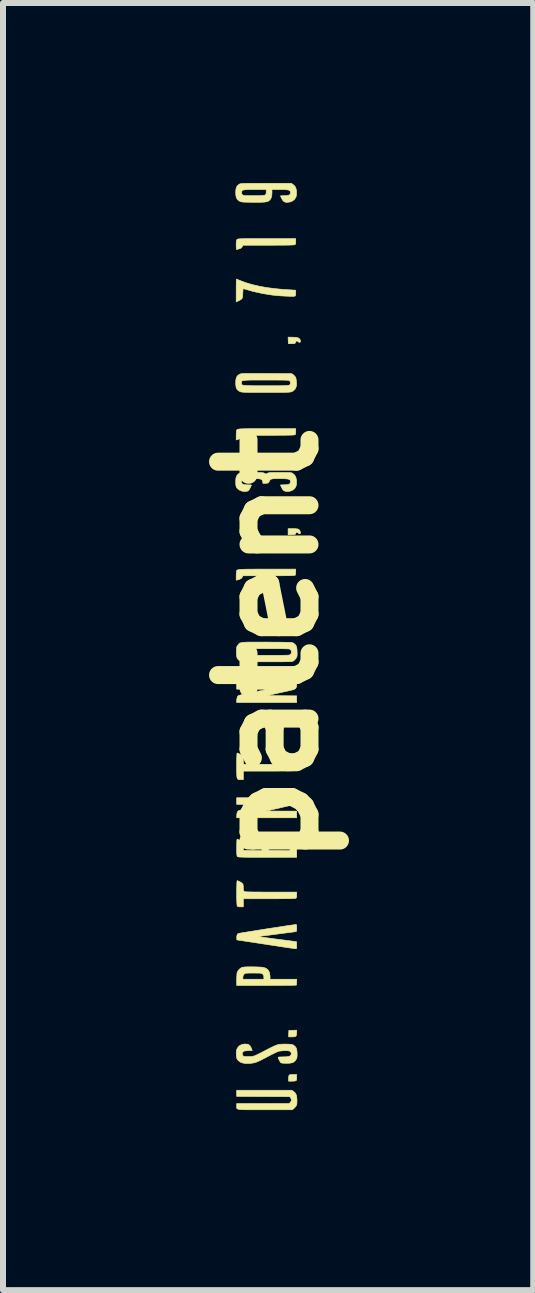
<source format=kicad_pcb>
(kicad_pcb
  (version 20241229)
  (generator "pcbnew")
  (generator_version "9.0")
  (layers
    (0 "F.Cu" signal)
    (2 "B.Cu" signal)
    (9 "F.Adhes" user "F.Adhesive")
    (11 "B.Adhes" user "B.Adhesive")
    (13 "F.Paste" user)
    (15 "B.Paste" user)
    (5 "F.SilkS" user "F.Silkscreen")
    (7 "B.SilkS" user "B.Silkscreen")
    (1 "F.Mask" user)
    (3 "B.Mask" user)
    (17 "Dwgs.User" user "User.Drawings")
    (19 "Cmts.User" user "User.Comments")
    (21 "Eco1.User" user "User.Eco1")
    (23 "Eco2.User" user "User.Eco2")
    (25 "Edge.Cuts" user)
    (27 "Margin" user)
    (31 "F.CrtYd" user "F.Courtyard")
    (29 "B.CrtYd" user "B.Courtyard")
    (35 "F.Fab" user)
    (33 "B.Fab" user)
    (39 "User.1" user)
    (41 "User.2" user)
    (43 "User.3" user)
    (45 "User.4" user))
  (footprint "patent"
    (layer "F.Cu")
    (at 1.418 7.728)
    (property "Reference" "patent" (at 0 0 90) (layer "F.SilkS") (effects (font (size 1.524 1.524) (thickness 0.3))))
    (attr through_hole)
    (fp_poly (pts (xy 0.345 6.394) (xy 0.411 6.391) (xy 0.476 6.389) (xy 0.476 6.432) (xy 0.473 6.467) (xy 0.464 6.488) (xy 0.464 6.488) (xy 0.45 6.496) (xy 0.425 6.5) (xy 0.396 6.501) (xy 0.341 6.501) (xy 0.345 6.394)) (stroke (width 0.01) (type solid)) (fill yes) (layer "F.SilkS"))
    (fp_poly (pts (xy 0.342 -0.284) (xy 0.346 -0.302) (xy 0.355 -0.312) (xy 0.374 -0.316) (xy 0.404 -0.317) (xy 0.421 -0.318) (xy 0.476 -0.318) (xy 0.476 -0.271) (xy 0.475 -0.245) (xy 0.471 -0.224) (xy 0.467 -0.216) (xy 0.453 -0.211) (xy 0.428 -0.207) (xy 0.399 -0.206) (xy 0.341 -0.206) (xy 0.341 -0.257) (xy 0.342 -0.284)) (stroke (width 0.01) (type solid)) (fill yes) (layer "F.SilkS"))
    (fp_poly (pts (xy 0.343 7.166) (xy 0.347 7.146) (xy 0.351 7.137) (xy 0.364 7.132) (xy 0.389 7.129) (xy 0.418 7.128) (xy 0.476 7.128) (xy 0.476 7.174) (xy 0.475 7.201) (xy 0.471 7.221) (xy 0.467 7.229) (xy 0.453 7.235) (xy 0.428 7.238) (xy 0.399 7.239) (xy 0.341 7.239) (xy 0.341 7.193) (xy 0.343 7.166)) (stroke (width 0.01) (type solid)) (fill yes) (layer "F.SilkS"))
    (fp_poly (pts (xy 0.405 -5.159) (xy 0.454 -5.157) (xy 0.491 -5.151) (xy 0.516 -5.139) (xy 0.531 -5.121) (xy 0.532 -5.12) (xy 0.539 -5.098) (xy 0.538 -5.081) (xy 0.528 -5.072) (xy 0.525 -5.072) (xy 0.507 -5.078) (xy 0.5 -5.084) (xy 0.485 -5.094) (xy 0.471 -5.095) (xy 0.461 -5.086) (xy 0.46 -5.081) (xy 0.456 -5.064) (xy 0.441 -5.054) (xy 0.414 -5.05) (xy 0.388 -5.05) (xy 0.337 -5.052) (xy 0.335 -5.106) (xy 0.333 -5.159) (xy 0.405 -5.159)) (stroke (width 0.01) (type solid)) (fill yes) (layer "F.SilkS"))
    (fp_poly (pts (xy 0.415 -1.968) (xy 0.458 -1.967) (xy 0.489 -1.964) (xy 0.507 -1.959) (xy 0.509 -1.958) (xy 0.525 -1.941) (xy 0.535 -1.92) (xy 0.539 -1.901) (xy 0.536 -1.887) (xy 0.525 -1.881) (xy 0.51 -1.887) (xy 0.505 -1.893) (xy 0.495 -1.902) (xy 0.481 -1.905) (xy 0.465 -1.9) (xy 0.459 -1.887) (xy 0.456 -1.878) (xy 0.45 -1.873) (xy 0.436 -1.869) (xy 0.41 -1.868) (xy 0.395 -1.867) (xy 0.333 -1.865) (xy 0.333 -1.968) (xy 0.415 -1.968)) (stroke (width 0.01) (type solid)) (fill yes) (layer "F.SilkS"))
    (fp_poly (pts (xy -0.52 2.78) (xy -0.51 2.75) (xy -0.497 2.734) (xy -0.485 2.73) (xy -0.46 2.723) (xy -0.423 2.714) (xy -0.377 2.704) (xy -0.324 2.692) (xy -0.266 2.68) (xy -0.25 2.676) (xy -0.02 2.629) (xy -0.272 2.628) (xy -0.524 2.627) (xy -0.524 2.516) (xy 0.478 2.516) (xy 0.475 2.56) (xy 0.47 2.587) (xy 0.464 2.608) (xy 0.459 2.616) (xy 0.448 2.621) (xy 0.424 2.629) (xy 0.388 2.639) (xy 0.341 2.651) (xy 0.286 2.664) (xy 0.224 2.678) (xy 0.206 2.683) (xy -0.036 2.737) (xy 0.22 2.738) (xy 0.476 2.738) (xy 0.476 2.85) (xy -0.524 2.85) (xy -0.524 2.823) (xy -0.52 2.78)) (stroke (width 0.01) (type solid)) (fill yes) (layer "F.SilkS"))
    (fp_poly (pts (xy -0.521 0.868) (xy -0.514 0.84) (xy -0.513 0.838) (xy -0.51 0.831) (xy -0.507 0.825) (xy -0.503 0.819) (xy -0.496 0.815) (xy -0.484 0.81) (xy -0.467 0.805) (xy -0.443 0.798) (xy -0.409 0.791) (xy -0.366 0.782) (xy -0.31 0.77) (xy -0.242 0.756) (xy -0.194 0.747) (xy -0.004 0.708) (xy -0.264 0.707) (xy -0.524 0.706) (xy -0.524 0.595) (xy 0.476 0.595) (xy 0.476 0.633) (xy 0.472 0.67) (xy 0.457 0.696) (xy 0.431 0.712) (xy 0.427 0.713) (xy 0.412 0.717) (xy 0.384 0.724) (xy 0.346 0.733) (xy 0.299 0.743) (xy 0.246 0.755) (xy 0.191 0.767) (xy -0.019 0.814) (xy 0.229 0.816) (xy 0.476 0.818) (xy 0.476 0.929) (xy -0.524 0.929) (xy -0.524 0.897) (xy -0.521 0.868)) (stroke (width 0.01) (type solid)) (fill yes) (layer "F.SilkS"))
    (fp_poly (pts (xy -0.532 -1.184) (xy -0.531 -1.217) (xy -0.529 -1.245) (xy -0.527 -1.263) (xy -0.526 -1.267) (xy -0.521 -1.272) (xy -0.516 -1.277) (xy -0.508 -1.281) (xy -0.495 -1.284) (xy -0.478 -1.287) (xy -0.455 -1.289) (xy -0.424 -1.291) (xy -0.385 -1.292) (xy -0.336 -1.293) (xy -0.275 -1.293) (xy -0.203 -1.294) (xy -0.117 -1.294) (xy -0.016 -1.294) (xy 0.46 -1.294) (xy 0.46 -1.248) (xy 0.459 -1.221) (xy 0.455 -1.2) (xy 0.451 -1.192) (xy 0.445 -1.19) (xy 0.43 -1.188) (xy 0.406 -1.187) (xy 0.372 -1.185) (xy 0.326 -1.184) (xy 0.269 -1.184) (xy 0.198 -1.183) (xy 0.113 -1.183) (xy 0.014 -1.183) (xy -0.42 -1.183) (xy -0.43 -1.161) (xy -0.447 -1.139) (xy -0.476 -1.124) (xy -0.506 -1.115) (xy -0.532 -1.11) (xy -0.532 -1.184)) (stroke (width 0.01) (type solid)) (fill yes) (layer "F.SilkS"))
    (fp_poly (pts (xy -0.532 -3.523) (xy -0.531 -3.557) (xy -0.529 -3.585) (xy -0.527 -3.604) (xy -0.526 -3.608) (xy -0.521 -3.614) (xy -0.516 -3.619) (xy -0.508 -3.623) (xy -0.495 -3.626) (xy -0.478 -3.629) (xy -0.455 -3.631) (xy -0.424 -3.632) (xy -0.385 -3.633) (xy -0.336 -3.634) (xy -0.275 -3.635) (xy -0.203 -3.635) (xy -0.117 -3.635) (xy -0.016 -3.635) (xy -0.012 -3.635) (xy 0.46 -3.635) (xy 0.46 -3.589) (xy 0.459 -3.563) (xy 0.455 -3.542) (xy 0.451 -3.534) (xy 0.445 -3.532) (xy 0.43 -3.53) (xy 0.406 -3.528) (xy 0.372 -3.527) (xy 0.326 -3.526) (xy 0.269 -3.525) (xy 0.198 -3.525) (xy 0.114 -3.524) (xy 0.014 -3.524) (xy -0.422 -3.524) (xy -0.43 -3.501) (xy -0.437 -3.486) (xy -0.451 -3.476) (xy -0.475 -3.465) (xy -0.485 -3.462) (xy -0.532 -3.446) (xy -0.532 -3.523)) (stroke (width 0.01) (type solid)) (fill yes) (layer "F.SilkS"))
    (fp_poly (pts (xy -0.525 7.669) (xy -0.524 7.657) (xy -0.524 7.648) (xy -0.524 7.612) (xy 0.35 7.612) (xy 0.369 7.593) (xy 0.386 7.567) (xy 0.387 7.54) (xy 0.374 7.516) (xy 0.359 7.497) (xy -0.524 7.493) (xy -0.524 7.39) (xy 0.395 7.39) (xy 0.421 7.408) (xy 0.448 7.43) (xy 0.465 7.457) (xy 0.476 7.493) (xy 0.481 7.54) (xy 0.481 7.543) (xy 0.481 7.577) (xy 0.48 7.608) (xy 0.477 7.63) (xy 0.476 7.633) (xy 0.466 7.653) (xy 0.448 7.675) (xy 0.437 7.687) (xy 0.405 7.715) (xy -0.051 7.715) (xy -0.15 7.715) (xy -0.234 7.715) (xy -0.305 7.715) (xy -0.363 7.715) (xy -0.41 7.714) (xy -0.447 7.712) (xy -0.475 7.71) (xy -0.495 7.707) (xy -0.51 7.702) (xy -0.518 7.696) (xy -0.523 7.689) (xy -0.525 7.68) (xy -0.525 7.669)) (stroke (width 0.01) (type solid)) (fill yes) (layer "F.SilkS"))
    (fp_poly (pts (xy -0.532 -6.735) (xy -0.53 -6.759) (xy -0.527 -6.774) (xy -0.522 -6.783) (xy -0.514 -6.79) (xy -0.509 -6.793) (xy -0.501 -6.795) (xy -0.488 -6.797) (xy -0.47 -6.798) (xy -0.445 -6.8) (xy -0.412 -6.8) (xy -0.37 -6.801) (xy -0.317 -6.802) (xy -0.253 -6.802) (xy -0.177 -6.802) (xy -0.086 -6.802) (xy -0.018 -6.802) (xy 0.46 -6.802) (xy 0.46 -6.755) (xy 0.459 -6.727) (xy 0.456 -6.711) (xy 0.448 -6.701) (xy 0.445 -6.7) (xy 0.433 -6.697) (xy 0.405 -6.696) (xy 0.362 -6.694) (xy 0.304 -6.693) (xy 0.232 -6.692) (xy 0.144 -6.692) (xy 0.042 -6.691) (xy 0.004 -6.691) (xy -0.421 -6.691) (xy -0.428 -6.673) (xy -0.438 -6.655) (xy -0.446 -6.647) (xy -0.459 -6.64) (xy -0.481 -6.632) (xy -0.504 -6.625) (xy -0.523 -6.62) (xy -0.527 -6.62) (xy -0.529 -6.627) (xy -0.531 -6.647) (xy -0.532 -6.676) (xy -0.532 -6.699) (xy -0.532 -6.735)) (stroke (width 0.01) (type solid)) (fill yes) (layer "F.SilkS"))
    (fp_poly (pts (xy -0.524 1.905) (xy -0.523 1.848) (xy -0.521 1.806) (xy -0.519 1.78) (xy -0.516 1.77) (xy -0.516 1.77) (xy -0.502 1.774) (xy -0.481 1.784) (xy -0.457 1.796) (xy -0.437 1.809) (xy -0.424 1.818) (xy -0.423 1.82) (xy -0.42 1.832) (xy -0.416 1.855) (xy -0.413 1.886) (xy -0.413 1.893) (xy -0.409 1.957) (xy 0.476 1.961) (xy 0.476 2.007) (xy 0.475 2.033) (xy 0.471 2.054) (xy 0.467 2.062) (xy 0.46 2.064) (xy 0.446 2.066) (xy 0.422 2.068) (xy 0.388 2.069) (xy 0.342 2.07) (xy 0.285 2.071) (xy 0.215 2.071) (xy 0.13 2.072) (xy 0.031 2.072) (xy 0.022 2.072) (xy -0.413 2.072) (xy -0.413 2.215) (xy -0.455 2.215) (xy -0.475 2.214) (xy -0.49 2.213) (xy -0.502 2.208) (xy -0.511 2.199) (xy -0.517 2.184) (xy -0.521 2.16) (xy -0.523 2.127) (xy -0.524 2.082) (xy -0.524 2.024) (xy -0.524 1.978) (xy -0.524 1.905)) (stroke (width 0.01) (type solid)) (fill yes) (layer "F.SilkS"))
    (fp_poly (pts (xy -0.532 -5.991) (xy -0.531 -6.038) (xy -0.531 -6.077) (xy -0.53 -6.107) (xy -0.529 -6.124) (xy -0.529 -6.128) (xy -0.521 -6.125) (xy -0.502 -6.117) (xy -0.483 -6.109) (xy -0.387 -6.072) (xy -0.278 -6.039) (xy -0.156 -6.01) (xy -0.025 -5.986) (xy 0.115 -5.968) (xy 0.262 -5.954) (xy 0.3 -5.952) (xy 0.46 -5.942) (xy 0.46 -5.896) (xy 0.459 -5.868) (xy 0.455 -5.852) (xy 0.447 -5.843) (xy 0.446 -5.843) (xy 0.433 -5.841) (xy 0.407 -5.84) (xy 0.37 -5.84) (xy 0.324 -5.842) (xy 0.274 -5.844) (xy 0.22 -5.847) (xy 0.166 -5.851) (xy 0.115 -5.856) (xy 0.068 -5.861) (xy 0.06 -5.862) (xy -0.094 -5.887) (xy -0.248 -5.921) (xy -0.406 -5.966) (xy -0.412 -5.966) (xy -0.416 -5.96) (xy -0.419 -5.945) (xy -0.421 -5.919) (xy -0.422 -5.89) (xy -0.424 -5.85) (xy -0.428 -5.822) (xy -0.435 -5.803) (xy -0.449 -5.789) (xy -0.47 -5.777) (xy -0.491 -5.766) (xy -0.532 -5.747) (xy -0.532 -5.938) (xy -0.532 -5.991)) (stroke (width 0.01) (type solid)) (fill yes) (layer "F.SilkS"))
    (fp_poly (pts (xy -0.524 4.058) (xy -0.523 4.011) (xy -0.522 3.969) (xy -0.521 3.934) (xy -0.519 3.91) (xy -0.516 3.898) (xy -0.516 3.897) (xy -0.5 3.902) (xy -0.477 3.912) (xy -0.453 3.926) (xy -0.433 3.941) (xy -0.421 3.952) (xy -0.421 3.952) (xy -0.417 3.968) (xy -0.414 3.994) (xy -0.413 4.018) (xy -0.411 4.047) (xy -0.407 4.069) (xy -0.403 4.078) (xy -0.397 4.08) (xy -0.382 4.082) (xy -0.358 4.084) (xy -0.324 4.085) (xy -0.279 4.086) (xy -0.221 4.087) (xy -0.151 4.087) (xy -0.067 4.088) (xy 0.033 4.088) (xy 0.041 4.088) (xy 0.476 4.088) (xy 0.476 4.135) (xy 0.475 4.163) (xy 0.472 4.18) (xy 0.464 4.189) (xy 0.461 4.191) (xy 0.449 4.193) (xy 0.421 4.195) (xy 0.378 4.196) (xy 0.32 4.197) (xy 0.247 4.198) (xy 0.16 4.199) (xy 0.058 4.199) (xy 0.016 4.199) (xy -0.413 4.199) (xy -0.413 4.334) (xy -0.46 4.334) (xy -0.488 4.333) (xy -0.505 4.329) (xy -0.514 4.322) (xy -0.516 4.319) (xy -0.518 4.306) (xy -0.52 4.282) (xy -0.522 4.247) (xy -0.523 4.205) (xy -0.524 4.157) (xy -0.524 4.108) (xy -0.524 4.058)) (stroke (width 0.01) (type solid)) (fill yes) (layer "F.SilkS"))
    (fp_poly (pts (xy -0.523 3.289) (xy -0.522 3.247) (xy -0.52 3.22) (xy -0.517 3.207) (xy -0.516 3.207) (xy -0.502 3.211) (xy -0.481 3.22) (xy -0.457 3.233) (xy -0.436 3.246) (xy -0.423 3.255) (xy -0.423 3.256) (xy -0.418 3.269) (xy -0.414 3.293) (xy -0.411 3.323) (xy -0.411 3.33) (xy -0.409 3.393) (xy -0.256 3.395) (xy -0.103 3.398) (xy -0.103 3.321) (xy -0.103 3.284) (xy -0.101 3.261) (xy -0.095 3.251) (xy -0.082 3.251) (xy -0.061 3.26) (xy -0.038 3.271) (xy -0.017 3.283) (xy -0.004 3.296) (xy 0.003 3.314) (xy 0.007 3.343) (xy 0.008 3.35) (xy 0.012 3.393) (xy 0.188 3.395) (xy 0.365 3.398) (xy 0.367 3.29) (xy 0.369 3.183) (xy 0.418 3.206) (xy 0.443 3.219) (xy 0.462 3.233) (xy 0.471 3.242) (xy 0.473 3.254) (xy 0.474 3.28) (xy 0.475 3.314) (xy 0.476 3.356) (xy 0.476 3.382) (xy 0.476 3.508) (xy -0.011 3.508) (xy -0.112 3.508) (xy -0.199 3.508) (xy -0.272 3.508) (xy -0.332 3.508) (xy -0.381 3.507) (xy -0.421 3.506) (xy -0.451 3.505) (xy -0.474 3.504) (xy -0.49 3.502) (xy -0.501 3.501) (xy -0.508 3.498) (xy -0.511 3.496) (xy -0.516 3.489) (xy -0.519 3.477) (xy -0.522 3.458) (xy -0.523 3.429) (xy -0.524 3.389) (xy -0.524 3.345) (xy -0.523 3.289)) (stroke (width 0.01) (type solid)) (fill yes) (layer "F.SilkS"))
    (fp_poly (pts (xy -0.524 5.55) (xy -0.523 5.51) (xy -0.521 5.474) (xy -0.519 5.444) (xy -0.516 5.429) (xy -0.502 5.4) (xy -0.478 5.372) (xy -0.449 5.35) (xy -0.434 5.342) (xy -0.416 5.339) (xy -0.385 5.336) (xy -0.344 5.334) (xy -0.297 5.334) (xy -0.247 5.334) (xy -0.197 5.335) (xy -0.151 5.337) (xy -0.111 5.339) (xy -0.08 5.343) (xy -0.067 5.346) (xy -0.025 5.364) (xy 0.004 5.392) (xy 0.023 5.43) (xy 0.031 5.48) (xy 0.032 5.499) (xy 0.032 5.54) (xy 0.476 5.54) (xy 0.476 5.587) (xy 0.475 5.613) (xy 0.473 5.632) (xy 0.471 5.638) (xy 0.462 5.639) (xy 0.439 5.64) (xy 0.403 5.641) (xy 0.355 5.642) (xy 0.296 5.642) (xy 0.229 5.643) (xy 0.153 5.643) (xy 0.072 5.643) (xy -0.015 5.644) (xy -0.029 5.644) (xy -0.421 5.644) (xy -0.421 5.54) (xy -0.071 5.54) (xy -0.071 5.505) (xy -0.074 5.48) (xy -0.082 5.464) (xy -0.092 5.454) (xy -0.101 5.448) (xy -0.112 5.443) (xy -0.126 5.44) (xy -0.148 5.438) (xy -0.178 5.438) (xy -0.221 5.437) (xy -0.247 5.437) (xy -0.297 5.437) (xy -0.332 5.438) (xy -0.357 5.439) (xy -0.374 5.441) (xy -0.385 5.444) (xy -0.394 5.45) (xy -0.401 5.457) (xy -0.416 5.479) (xy -0.421 5.507) (xy -0.421 5.508) (xy -0.421 5.54) (xy -0.421 5.644) (xy -0.524 5.644) (xy -0.524 5.55)) (stroke (width 0.01) (type solid)) (fill yes) (layer "F.SilkS"))
    (fp_poly (pts (xy -0.516 4.8) (xy -0.503 4.781) (xy -0.498 4.778) (xy -0.488 4.776) (xy -0.464 4.772) (xy -0.428 4.765) (xy -0.381 4.758) (xy -0.325 4.749) (xy -0.261 4.739) (xy -0.192 4.728) (xy -0.12 4.716) (xy -0.044 4.704) (xy 0.032 4.692) (xy 0.107 4.681) (xy 0.179 4.67) (xy 0.247 4.659) (xy 0.309 4.65) (xy 0.363 4.642) (xy 0.407 4.636) (xy 0.441 4.631) (xy 0.462 4.628) (xy 0.468 4.628) (xy 0.473 4.635) (xy 0.476 4.653) (xy 0.477 4.677) (xy 0.476 4.704) (xy 0.474 4.727) (xy 0.47 4.743) (xy 0.466 4.747) (xy 0.457 4.748) (xy 0.433 4.751) (xy 0.397 4.756) (xy 0.35 4.762) (xy 0.295 4.769) (xy 0.232 4.777) (xy 0.164 4.786) (xy 0.14 4.789) (xy -0.177 4.83) (xy 0.144 4.872) (xy 0.213 4.881) (xy 0.278 4.889) (xy 0.336 4.897) (xy 0.386 4.903) (xy 0.426 4.908) (xy 0.454 4.912) (xy 0.469 4.913) (xy 0.47 4.913) (xy 0.473 4.921) (xy 0.475 4.94) (xy 0.476 4.967) (xy 0.476 4.973) (xy 0.476 5.003) (xy 0.474 5.021) (xy 0.471 5.029) (xy 0.464 5.032) (xy 0.458 5.032) (xy 0.448 5.031) (xy 0.422 5.027) (xy 0.384 5.022) (xy 0.335 5.015) (xy 0.275 5.006) (xy 0.207 4.996) (xy 0.132 4.984) (xy 0.051 4.972) (xy -0.035 4.959) (xy -0.04 4.958) (xy -0.52 4.885) (xy -0.523 4.862) (xy -0.523 4.828) (xy -0.516 4.8)) (stroke (width 0.01) (type solid)) (fill yes) (layer "F.SilkS"))
    (fp_poly (pts (xy -0.538 -4.446) (xy -0.53 -4.482) (xy -0.516 -4.509) (xy -0.495 -4.529) (xy -0.475 -4.541) (xy -0.468 -4.544) (xy -0.46 -4.547) (xy -0.45 -4.55) (xy -0.436 -4.551) (xy -0.418 -4.553) (xy -0.393 -4.554) (xy -0.361 -4.555) (xy -0.32 -4.555) (xy -0.269 -4.555) (xy -0.206 -4.555) (xy -0.13 -4.555) (xy -0.04 -4.554) (xy -0.026 -4.554) (xy 0.393 -4.552) (xy 0.419 -4.534) (xy 0.439 -4.515) (xy 0.456 -4.494) (xy 0.457 -4.491) (xy 0.465 -4.468) (xy 0.47 -4.434) (xy 0.473 -4.397) (xy 0.473 -4.362) (xy 0.469 -4.338) (xy 0.452 -4.297) (xy 0.422 -4.267) (xy 0.402 -4.255) (xy 0.394 -4.251) (xy 0.385 -4.248) (xy 0.374 -4.246) (xy 0.36 -4.244) (xy 0.341 -4.242) (xy 0.316 -4.241) (xy 0.284 -4.24) (xy 0.242 -4.239) (xy 0.19 -4.239) (xy 0.126 -4.239) (xy 0.049 -4.239) (xy -0.033 -4.239) (xy -0.033 -4.35) (xy 0.055 -4.35) (xy 0.128 -4.35) (xy 0.189 -4.35) (xy 0.237 -4.351) (xy 0.275 -4.352) (xy 0.304 -4.353) (xy 0.325 -4.354) (xy 0.34 -4.356) (xy 0.35 -4.358) (xy 0.356 -4.361) (xy 0.359 -4.363) (xy 0.371 -4.384) (xy 0.371 -4.408) (xy 0.36 -4.43) (xy 0.356 -4.434) (xy 0.351 -4.437) (xy 0.342 -4.439) (xy 0.328 -4.441) (xy 0.309 -4.442) (xy 0.282 -4.443) (xy 0.247 -4.444) (xy 0.202 -4.444) (xy 0.145 -4.445) (xy 0.075 -4.445) (xy -0.009 -4.445) (xy -0.034 -4.445) (xy -0.125 -4.445) (xy -0.202 -4.445) (xy -0.265 -4.445) (xy -0.316 -4.444) (xy -0.357 -4.442) (xy -0.388 -4.44) (xy -0.41 -4.437) (xy -0.426 -4.433) (xy -0.436 -4.428) (xy -0.441 -4.422) (xy -0.444 -4.414) (xy -0.445 -4.405) (xy -0.445 -4.397) (xy -0.444 -4.386) (xy -0.443 -4.377) (xy -0.439 -4.37) (xy -0.432 -4.364) (xy -0.419 -4.36) (xy -0.4 -4.356) (xy -0.374 -4.354) (xy -0.339 -4.352) (xy -0.294 -4.351) (xy -0.237 -4.35) (xy -0.168 -4.35) (xy -0.085 -4.35) (xy -0.033 -4.35) (xy -0.033 -4.239) (xy -0.036 -4.239) (xy -0.126 -4.239) (xy -0.202 -4.239) (xy -0.266 -4.239) (xy -0.317 -4.239) (xy -0.358 -4.24) (xy -0.39 -4.241) (xy -0.415 -4.242) (xy -0.433 -4.244) (xy -0.447 -4.246) (xy -0.457 -4.248) (xy -0.466 -4.252) (xy -0.472 -4.254) (xy -0.501 -4.272) (xy -0.521 -4.294) (xy -0.533 -4.322) (xy -0.539 -4.361) (xy -0.54 -4.397) (xy -0.538 -4.446)) (stroke (width 0.01) (type solid)) (fill yes) (layer "F.SilkS"))
    (fp_poly (pts (xy -0.538 -7.615) (xy -0.53 -7.651) (xy -0.517 -7.677) (xy -0.496 -7.698) (xy -0.482 -7.707) (xy -0.476 -7.711) (xy -0.469 -7.714) (xy -0.459 -7.716) (xy -0.446 -7.718) (xy -0.428 -7.72) (xy -0.404 -7.721) (xy -0.372 -7.722) (xy -0.331 -7.722) (xy -0.279 -7.723) (xy -0.216 -7.723) (xy -0.14 -7.723) (xy -0.05 -7.723) (xy -0.035 -7.723) (xy 0.387 -7.723) (xy 0.413 -7.705) (xy 0.435 -7.686) (xy 0.454 -7.663) (xy 0.455 -7.661) (xy 0.466 -7.631) (xy 0.473 -7.592) (xy 0.474 -7.551) (xy 0.469 -7.513) (xy 0.465 -7.497) (xy 0.443 -7.459) (xy 0.409 -7.43) (xy 0.366 -7.412) (xy 0.321 -7.406) (xy 0.285 -7.409) (xy 0.259 -7.423) (xy 0.238 -7.448) (xy 0.228 -7.466) (xy 0.216 -7.489) (xy 0.209 -7.506) (xy 0.206 -7.513) (xy 0.214 -7.515) (xy 0.233 -7.516) (xy 0.261 -7.517) (xy 0.274 -7.517) (xy 0.317 -7.519) (xy 0.347 -7.526) (xy 0.365 -7.539) (xy 0.372 -7.558) (xy 0.373 -7.566) (xy 0.371 -7.584) (xy 0.364 -7.597) (xy 0.351 -7.607) (xy 0.33 -7.613) (xy 0.298 -7.617) (xy 0.254 -7.619) (xy 0.196 -7.62) (xy 0.195 -7.62) (xy 0.064 -7.62) (xy 0.064 -7.565) (xy 0.061 -7.521) (xy 0.054 -7.488) (xy 0.041 -7.461) (xy 0.026 -7.444) (xy 0.013 -7.432) (xy -0.004 -7.423) (xy -0.027 -7.416) (xy -0.056 -7.411) (xy -0.094 -7.408) (xy -0.144 -7.407) (xy -0.206 -7.407) (xy -0.24 -7.407) (xy -0.24 -7.517) (xy -0.177 -7.517) (xy -0.128 -7.518) (xy -0.092 -7.52) (xy -0.066 -7.523) (xy -0.049 -7.529) (xy -0.039 -7.538) (xy -0.034 -7.551) (xy -0.032 -7.567) (xy -0.032 -7.581) (xy -0.032 -7.62) (xy -0.215 -7.62) (xy -0.278 -7.62) (xy -0.328 -7.619) (xy -0.366 -7.617) (xy -0.393 -7.615) (xy -0.413 -7.611) (xy -0.426 -7.605) (xy -0.435 -7.598) (xy -0.438 -7.593) (xy -0.444 -7.571) (xy -0.439 -7.547) (xy -0.429 -7.533) (xy -0.423 -7.527) (xy -0.415 -7.524) (xy -0.403 -7.521) (xy -0.385 -7.519) (xy -0.359 -7.518) (xy -0.322 -7.517) (xy -0.273 -7.517) (xy -0.24 -7.517) (xy -0.24 -7.407) (xy -0.264 -7.407) (xy -0.323 -7.408) (xy -0.369 -7.409) (xy -0.404 -7.41) (xy -0.429 -7.412) (xy -0.447 -7.415) (xy -0.46 -7.418) (xy -0.47 -7.423) (xy -0.476 -7.426) (xy -0.504 -7.446) (xy -0.523 -7.47) (xy -0.534 -7.5) (xy -0.539 -7.541) (xy -0.54 -7.568) (xy -0.538 -7.615)) (stroke (width 0.01) (type solid)) (fill yes) (layer "F.SilkS"))
    (fp_poly (pts (xy -0.528 0.05) (xy -0.526 0.024) (xy -0.524 0.006) (xy -0.518 -0.008) (xy -0.509 -0.021) (xy -0.505 -0.027) (xy -0.496 -0.038) (xy -0.488 -0.048) (xy -0.479 -0.056) (xy -0.468 -0.062) (xy -0.453 -0.067) (xy -0.434 -0.071) (xy -0.408 -0.074) (xy -0.375 -0.076) (xy -0.333 -0.078) (xy -0.281 -0.078) (xy -0.217 -0.078) (xy -0.141 -0.078) (xy -0.051 -0.078) (xy -0.012 -0.078) (xy 0.08 -0.077) (xy 0.157 -0.077) (xy 0.221 -0.076) (xy 0.273 -0.075) (xy 0.315 -0.075) (xy 0.348 -0.074) (xy 0.372 -0.072) (xy 0.391 -0.071) (xy 0.403 -0.069) (xy 0.413 -0.066) (xy 0.419 -0.063) (xy 0.424 -0.06) (xy 0.426 -0.059) (xy 0.449 -0.04) (xy 0.465 -0.02) (xy 0.475 0.003) (xy 0.48 0.034) (xy 0.483 0.077) (xy 0.483 0.082) (xy 0.484 0.119) (xy 0.483 0.145) (xy 0.48 0.163) (xy 0.475 0.177) (xy 0.467 0.19) (xy 0.449 0.212) (xy 0.429 0.231) (xy 0.426 0.233) (xy 0.421 0.237) (xy 0.415 0.24) (xy 0.407 0.243) (xy 0.396 0.245) (xy 0.38 0.246) (xy 0.358 0.248) (xy 0.328 0.249) (xy 0.291 0.249) (xy 0.243 0.25) (xy 0.184 0.25) (xy 0.112 0.25) (xy 0.027 0.25) (xy -0.024 0.25) (xy -0.117 0.25) (xy -0.196 0.25) (xy -0.261 0.25) (xy -0.315 0.249) (xy -0.358 0.249) (xy -0.391 0.248) (xy -0.404 0.248) (xy -0.404 0.143) (xy -0.023 0.143) (xy 0.064 0.143) (xy 0.137 0.143) (xy 0.197 0.143) (xy 0.246 0.142) (xy 0.283 0.141) (xy 0.312 0.141) (xy 0.334 0.139) (xy 0.349 0.138) (xy 0.359 0.135) (xy 0.366 0.133) (xy 0.37 0.129) (xy 0.373 0.127) (xy 0.385 0.107) (xy 0.389 0.087) (xy 0.384 0.064) (xy 0.373 0.048) (xy 0.369 0.044) (xy 0.364 0.041) (xy 0.356 0.038) (xy 0.344 0.036) (xy 0.327 0.035) (xy 0.303 0.034) (xy 0.271 0.033) (xy 0.23 0.032) (xy 0.178 0.032) (xy 0.113 0.032) (xy 0.035 0.032) (xy -0.023 0.032) (xy -0.404 0.032) (xy -0.42 0.053) (xy -0.434 0.077) (xy -0.434 0.099) (xy -0.42 0.122) (xy -0.404 0.143) (xy -0.404 0.248) (xy -0.417 0.247) (xy -0.436 0.246) (xy -0.449 0.244) (xy -0.459 0.241) (xy -0.465 0.239) (xy -0.471 0.235) (xy -0.473 0.234) (xy -0.496 0.215) (xy -0.512 0.196) (xy -0.521 0.175) (xy -0.526 0.146) (xy -0.528 0.106) (xy -0.528 0.088) (xy -0.528 0.05)) (stroke (width 0.01) (type solid)) (fill yes) (layer "F.SilkS"))
    (fp_poly (pts (xy -0.529 6.732) (xy -0.524 6.713) (xy -0.514 6.692) (xy -0.514 6.692) (xy -0.487 6.656) (xy -0.449 6.632) (xy -0.403 6.621) (xy -0.384 6.62) (xy -0.347 6.622) (xy -0.321 6.631) (xy -0.302 6.649) (xy -0.285 6.678) (xy -0.283 6.682) (xy -0.264 6.727) (xy -0.335 6.731) (xy -0.37 6.733) (xy -0.393 6.737) (xy -0.407 6.741) (xy -0.417 6.749) (xy -0.422 6.754) (xy -0.432 6.778) (xy -0.427 6.802) (xy -0.416 6.818) (xy -0.406 6.824) (xy -0.388 6.828) (xy -0.359 6.83) (xy -0.326 6.83) (xy -0.304 6.83) (xy -0.285 6.829) (xy -0.267 6.827) (xy -0.249 6.823) (xy -0.228 6.817) (xy -0.204 6.807) (xy -0.174 6.793) (xy -0.137 6.775) (xy -0.09 6.751) (xy -0.033 6.721) (xy 0.023 6.692) (xy 0.064 6.671) (xy 0.104 6.653) (xy 0.139 6.638) (xy 0.166 6.629) (xy 0.172 6.628) (xy 0.198 6.624) (xy 0.234 6.622) (xy 0.276 6.621) (xy 0.309 6.621) (xy 0.351 6.623) (xy 0.381 6.625) (xy 0.401 6.628) (xy 0.415 6.634) (xy 0.426 6.64) (xy 0.45 6.661) (xy 0.466 6.682) (xy 0.476 6.707) (xy 0.481 6.742) (xy 0.483 6.773) (xy 0.483 6.809) (xy 0.482 6.834) (xy 0.478 6.852) (xy 0.471 6.868) (xy 0.465 6.879) (xy 0.446 6.905) (xy 0.423 6.923) (xy 0.393 6.934) (xy 0.353 6.94) (xy 0.305 6.941) (xy 0.261 6.94) (xy 0.232 6.938) (xy 0.215 6.933) (xy 0.211 6.93) (xy 0.201 6.918) (xy 0.189 6.896) (xy 0.177 6.872) (xy 0.169 6.851) (xy 0.167 6.841) (xy 0.174 6.838) (xy 0.194 6.836) (xy 0.224 6.835) (xy 0.252 6.834) (xy 0.3 6.833) (xy 0.335 6.829) (xy 0.359 6.822) (xy 0.374 6.811) (xy 0.383 6.795) (xy 0.384 6.792) (xy 0.388 6.775) (xy 0.381 6.76) (xy 0.373 6.751) (xy 0.363 6.741) (xy 0.352 6.736) (xy 0.336 6.732) (xy 0.311 6.731) (xy 0.282 6.731) (xy 0.244 6.732) (xy 0.207 6.736) (xy 0.178 6.74) (xy 0.172 6.742) (xy 0.153 6.749) (xy 0.124 6.763) (xy 0.086 6.781) (xy 0.042 6.803) (xy -0.004 6.827) (xy -0.014 6.833) (xy -0.074 6.864) (xy -0.122 6.889) (xy -0.161 6.907) (xy -0.194 6.921) (xy -0.222 6.93) (xy -0.249 6.936) (xy -0.276 6.94) (xy -0.297 6.943) (xy -0.363 6.945) (xy -0.417 6.938) (xy -0.46 6.923) (xy -0.494 6.899) (xy -0.511 6.879) (xy -0.52 6.863) (xy -0.526 6.841) (xy -0.529 6.811) (xy -0.53 6.792) (xy -0.531 6.757) (xy -0.529 6.732)) (stroke (width 0.01) (type solid)) (fill yes) (layer "F.SilkS"))
    (fp_poly (pts (xy -0.538 -2.797) (xy -0.53 -2.833) (xy -0.517 -2.859) (xy -0.496 -2.88) (xy -0.482 -2.889) (xy -0.473 -2.894) (xy -0.462 -2.898) (xy -0.448 -2.901) (xy -0.428 -2.903) (xy -0.4 -2.904) (xy -0.362 -2.905) (xy -0.312 -2.905) (xy -0.27 -2.905) (xy -0.21 -2.905) (xy -0.163 -2.905) (xy -0.129 -2.904) (xy -0.103 -2.902) (xy -0.085 -2.9) (xy -0.073 -2.897) (xy -0.063 -2.892) (xy -0.06 -2.891) (xy -0.043 -2.881) (xy -0.03 -2.881) (xy -0.014 -2.889) (xy -0.012 -2.891) (xy -0.003 -2.895) (xy 0.008 -2.899) (xy 0.024 -2.901) (xy 0.046 -2.903) (xy 0.077 -2.904) (xy 0.119 -2.905) (xy 0.174 -2.905) (xy 0.199 -2.905) (xy 0.259 -2.905) (xy 0.304 -2.905) (xy 0.339 -2.904) (xy 0.363 -2.903) (xy 0.381 -2.901) (xy 0.393 -2.898) (xy 0.403 -2.893) (xy 0.412 -2.888) (xy 0.413 -2.887) (xy 0.443 -2.86) (xy 0.462 -2.826) (xy 0.472 -2.781) (xy 0.473 -2.764) (xy 0.473 -2.731) (xy 0.471 -2.7) (xy 0.467 -2.681) (xy 0.45 -2.646) (xy 0.42 -2.618) (xy 0.383 -2.598) (xy 0.341 -2.588) (xy 0.297 -2.59) (xy 0.273 -2.596) (xy 0.255 -2.607) (xy 0.238 -2.628) (xy 0.228 -2.648) (xy 0.216 -2.671) (xy 0.209 -2.688) (xy 0.206 -2.695) (xy 0.214 -2.697) (xy 0.233 -2.698) (xy 0.261 -2.699) (xy 0.274 -2.699) (xy 0.317 -2.701) (xy 0.347 -2.708) (xy 0.365 -2.721) (xy 0.372 -2.74) (xy 0.373 -2.748) (xy 0.371 -2.766) (xy 0.365 -2.779) (xy 0.352 -2.789) (xy 0.33 -2.795) (xy 0.299 -2.799) (xy 0.255 -2.801) (xy 0.198 -2.802) (xy 0.193 -2.802) (xy 0.14 -2.802) (xy 0.101 -2.801) (xy 0.073 -2.798) (xy 0.053 -2.794) (xy 0.039 -2.786) (xy 0.029 -2.775) (xy 0.021 -2.76) (xy 0.018 -2.754) (xy 0.009 -2.738) (xy -0.001 -2.73) (xy -0.018 -2.726) (xy -0.041 -2.724) (xy -0.085 -2.722) (xy -0.091 -2.75) (xy -0.095 -2.767) (xy -0.102 -2.78) (xy -0.114 -2.79) (xy -0.133 -2.796) (xy -0.161 -2.8) (xy -0.2 -2.801) (xy -0.253 -2.802) (xy -0.264 -2.802) (xy -0.323 -2.801) (xy -0.367 -2.8) (xy -0.4 -2.796) (xy -0.422 -2.789) (xy -0.435 -2.78) (xy -0.442 -2.767) (xy -0.444 -2.75) (xy -0.444 -2.748) (xy -0.44 -2.727) (xy -0.426 -2.712) (xy -0.401 -2.703) (xy -0.362 -2.699) (xy -0.345 -2.699) (xy -0.315 -2.698) (xy -0.291 -2.697) (xy -0.279 -2.695) (xy -0.278 -2.695) (xy -0.281 -2.686) (xy -0.29 -2.667) (xy -0.301 -2.644) (xy -0.317 -2.616) (xy -0.333 -2.599) (xy -0.353 -2.591) (xy -0.382 -2.588) (xy -0.397 -2.588) (xy -0.438 -2.594) (xy -0.477 -2.611) (xy -0.51 -2.636) (xy -0.522 -2.65) (xy -0.531 -2.666) (xy -0.536 -2.683) (xy -0.539 -2.706) (xy -0.54 -2.74) (xy -0.54 -2.75) (xy -0.538 -2.797)) (stroke (width 0.01) (type solid)) (fill yes) (layer "F.SilkS")))
  (gr_rect
    (start -3 -3)
    (end 5.836 18.449)
    (stroke (width 0.1) (type default))
    (fill no)
    (layer "Edge.Cuts")))
</source>
